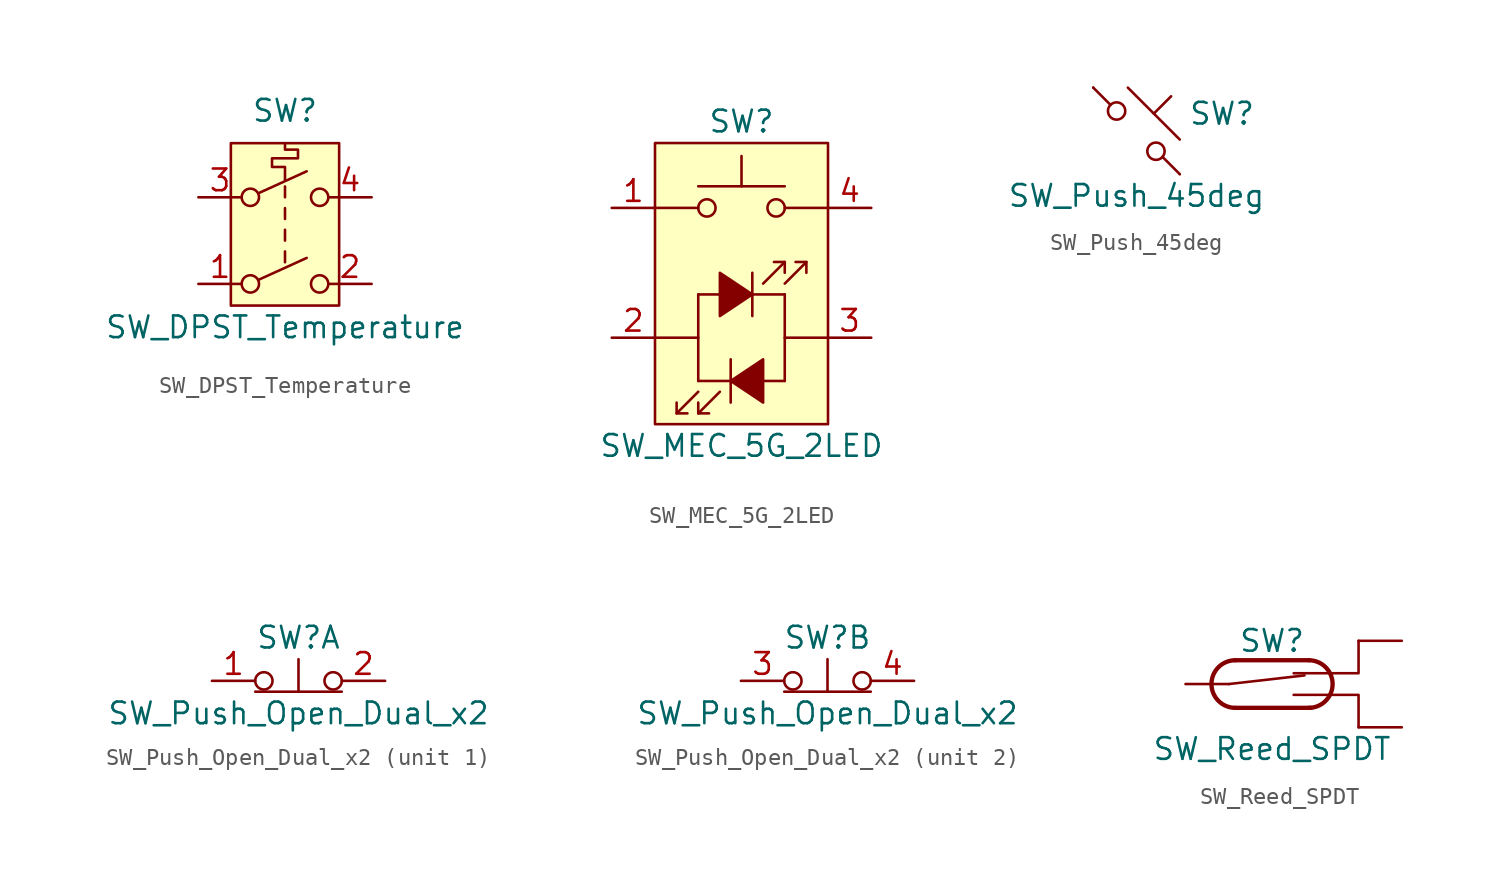
<source format=kicad_sym>
(kicad_symbol_lib
  (version 20231120)
  (generator "kicad_symbol_editor")
  (generator_version "8.0")
  (symbol "SW_DPST_Temperature"
    (pin_names
      (offset 0) hide)
    (property "Reference" "SW"
      (at 0 7.62 0)
      (effects (font (size 1.27 1.27))))
    (property "Value" "SW_DPST_Temperature"
      (at 0 -5.08 0)
      (effects (font (size 1.27 1.27))))
    (symbol "SW_DPST_Temperature_0_0"
      (circle (center -2.032 -2.54) (radius 0.508) (stroke (width 0) (type default)) (fill (type none)))
      (circle (center -2.032 2.54) (radius 0.508) (stroke (width 0) (type default)) (fill (type none)))
      (polyline (pts (xy -1.524 -2.286) (xy 1.27 -1.016)) (stroke (width 0) (type default)) (fill (type none)))
      (polyline (pts (xy -1.524 2.794) (xy 1.27 4.064)) (stroke (width 0) (type default)) (fill (type none)))
      (polyline (pts (xy 0 -1.27) (xy 0 -0.635)) (stroke (width 0) (type default)) (fill (type none)))
      (polyline (pts (xy 0 0) (xy 0 0.635)) (stroke (width 0) (type default)) (fill (type none)))
      (polyline (pts (xy 0 1.27) (xy 0 1.905)) (stroke (width 0) (type default)) (fill (type none)))
      (polyline (pts (xy 0 2.54) (xy 0 3.175)) (stroke (width 0) (type default)) (fill (type none)))
      (polyline (pts (xy 0 3.556) (xy 0 4.318) (xy -0.762 4.318) (xy -0.762 4.826) (xy 0.762 4.826) (xy 0.762 5.334) (xy 0 5.334) (xy 0 5.715)) (stroke (width 0) (type default)) (fill (type none)))
      (circle (center 2.032 -2.54) (radius 0.508) (stroke (width 0) (type default)) (fill (type none)))
      (circle (center 2.032 2.54) (radius 0.508) (stroke (width 0) (type default)) (fill (type none))))
    (symbol "SW_DPST_Temperature_1_1"
      (rectangle (start -3.175 5.715) (end 3.175 -3.81) (stroke (width 0) (type default)) (fill (type background)))
      (pin passive line (at -5.08 -2.54 0) (length 2.54) (name "1" (effects (font (size 1.27 1.27)))) (number "1" (effects (font (size 1.27 1.27)))))
      (pin passive line (at 5.08 -2.54 180) (length 2.54) (name "2" (effects (font (size 1.27 1.27)))) (number "2" (effects (font (size 1.27 1.27)))))
      (pin passive line (at -5.08 2.54 0) (length 2.54) (name "3" (effects (font (size 1.27 1.27)))) (number "3" (effects (font (size 1.27 1.27)))))
      (pin passive line (at 5.08 2.54 180) (length 2.54) (name "4" (effects (font (size 1.27 1.27)))) (number "4" (effects (font (size 1.27 1.27)))))))
  (symbol "SW_MEC_5G_2LED"
    (pin_names
      (offset 1.016) hide)
    (property "Reference" "SW"
      (at 0 10.16 0)
      (effects (font (size 1.27 1.27))))
    (property "Value" "SW_MEC_5G_2LED"
      (at 0 -8.89 0)
      (effects (font (size 1.27 1.27))))
    (symbol "SW_MEC_5G_2LED_0_0"
      (polyline (pts (xy -5.08 -2.54) (xy -2.54 -2.54)) (stroke (width 0) (type default)) (fill (type none)))
      (polyline (pts (xy -5.08 5.08) (xy -2.54 5.08)) (stroke (width 0) (type default)) (fill (type none)))
      (polyline (pts (xy -3.81 -6.985) (xy -2.54 -5.715)) (stroke (width 0) (type default)) (fill (type none)))
      (polyline (pts (xy -2.54 -6.985) (xy -1.27 -5.715)) (stroke (width 0) (type default)) (fill (type none)))
      (polyline (pts (xy -2.54 -5.08) (xy 2.54 -5.08)) (stroke (width 0) (type default)) (fill (type none)))
      (polyline (pts (xy -2.54 0) (xy -2.54 -5.08)) (stroke (width 0) (type default)) (fill (type none)))
      (polyline (pts (xy -0.635 -3.81) (xy -0.635 -6.35)) (stroke (width 0) (type default)) (fill (type none)))
      (polyline (pts (xy 0.635 1.27) (xy 0.635 -1.27)) (stroke (width 0) (type default)) (fill (type none)))
      (polyline (pts (xy 2.54 0) (xy -2.54 0)) (stroke (width 0) (type default)) (fill (type none)))
      (polyline (pts (xy 2.54 0) (xy 2.54 -5.08)) (stroke (width 0) (type default)) (fill (type none)))
      (polyline (pts (xy 2.54 1.905) (xy 1.27 0.635)) (stroke (width 0) (type default)) (fill (type none)))
      (polyline (pts (xy 2.54 5.08) (xy 5.08 5.08)) (stroke (width 0) (type default)) (fill (type none)))
      (polyline (pts (xy 3.81 1.905) (xy 2.54 0.635)) (stroke (width 0) (type default)) (fill (type none)))
      (polyline (pts (xy 5.08 -2.54) (xy 2.54 -2.54)) (stroke (width 0) (type default)) (fill (type none)))
      (polyline (pts (xy -3.81 -6.35) (xy -3.81 -6.985) (xy -3.175 -6.985)) (stroke (width 0) (type default)) (fill (type none)))
      (polyline (pts (xy -2.54 -6.35) (xy -2.54 -6.985) (xy -1.905 -6.985)) (stroke (width 0) (type default)) (fill (type none)))
      (polyline (pts (xy 2.54 1.27) (xy 2.54 1.905) (xy 1.905 1.905)) (stroke (width 0) (type default)) (fill (type none)))
      (polyline (pts (xy 3.81 1.27) (xy 3.81 1.905) (xy 3.175 1.905)) (stroke (width 0) (type default)) (fill (type none)))
      (polyline (pts (xy -0.635 -5.08) (xy 1.27 -3.81) (xy 1.27 -6.35) (xy -0.635 -5.08)) (stroke (width 0) (type default)) (fill (type outline)))
      (polyline (pts (xy 0.635 0) (xy -1.27 1.27) (xy -1.27 -1.27) (xy 0.635 0)) (stroke (width 0) (type default)) (fill (type outline))))
    (symbol "SW_MEC_5G_2LED_0_1"
      (circle (center -2.032 5.08) (radius 0.508) (stroke (width 0) (type default)) (fill (type none)))
      (polyline (pts (xy 0 6.35) (xy 0 8.128)) (stroke (width 0) (type default)) (fill (type none)))
      (polyline (pts (xy 2.54 6.35) (xy -2.54 6.35)) (stroke (width 0) (type default)) (fill (type none)))
      (circle (center 2.032 5.08) (radius 0.508) (stroke (width 0) (type default)) (fill (type none)))
      (pin passive line (at -7.62 5.08 0) (length 2.54) (name "1" (effects (font (size 1.27 1.27)))) (number "1" (effects (font (size 1.27 1.27)))))
      (pin passive line (at -7.62 -2.54 0) (length 2.54) (name "2" (effects (font (size 1.27 1.27)))) (number "2" (effects (font (size 1.27 1.27)))))
      (pin passive line (at 7.62 -2.54 180) (length 2.54) (name "K" (effects (font (size 1.27 1.27)))) (number "3" (effects (font (size 1.27 1.27)))))
      (pin passive line (at 7.62 5.08 180) (length 2.54) (name "A" (effects (font (size 1.27 1.27)))) (number "4" (effects (font (size 1.27 1.27))))))
    (symbol "SW_MEC_5G_2LED_1_1"
      (rectangle (start -5.08 8.89) (end 5.08 -7.62) (stroke (width 0) (type default)) (fill (type background)))))
  (symbol "SW_Push_45deg"
    (pin_numbers hide)
    (pin_names
      (offset 1.016) hide)
    (property "Reference" "SW"
      (at 3.048 1.016 0)
      (effects (font (size 1.27 1.27)) (justify left)))
    (property "Value" "SW_Push_45deg"
      (at 0 -3.81 0)
      (effects (font (size 1.27 1.27))))
    (symbol "SW_Push_45deg_0_1"
      (circle (center -1.168 1.168) (radius 0.508) (stroke (width 0) (type default)) (fill (type none)))
      (polyline (pts (xy -0.508 2.54) (xy 2.54 -0.508)) (stroke (width 0) (type default)) (fill (type none)))
      (polyline (pts (xy 1.016 1.016) (xy 2.032 2.032)) (stroke (width 0) (type default)) (fill (type none)))
      (polyline (pts (xy -2.54 2.54) (xy -1.524 1.524) (xy -1.524 1.524)) (stroke (width 0) (type default)) (fill (type none)))
      (polyline (pts (xy 1.524 -1.524) (xy 2.54 -2.54) (xy 2.54 -2.54) (xy 2.54 -2.54)) (stroke (width 0) (type default)) (fill (type none)))
      (circle (center 1.143 -1.194) (radius 0.508) (stroke (width 0) (type default)) (fill (type none)))
      (pin passive line (at -2.54 2.54 0) (length 0) (name "1" (effects (font (size 1.27 1.27)))) (number "1" (effects (font (size 1.27 1.27)))))
      (pin passive line (at 2.54 -2.54 180) (length 0) (name "2" (effects (font (size 1.27 1.27)))) (number "2" (effects (font (size 1.27 1.27)))))))
  (symbol "SW_Push_Open_Dual_x2"
    (pin_names
      (offset 1.016) hide)
    (property "Reference" "SW"
      (at 0 2.54 0)
      (effects (font (size 1.27 1.27))))
    (property "Value" "SW_Push_Open_Dual_x2"
      (at 0 -1.905 0)
      (effects (font (size 1.27 1.27))))
    (symbol "SW_Push_Open_Dual_x2_0_1"
      (circle (center -2.032 0) (radius 0.508) (stroke (width 0) (type default)) (fill (type none)))
      (polyline (pts (xy -2.54 -0.635) (xy 2.54 -0.635)) (stroke (width 0) (type default)) (fill (type none)))
      (polyline (pts (xy 0 -0.635) (xy 0 1.27)) (stroke (width 0) (type default)) (fill (type none)))
      (circle (center 2.032 0) (radius 0.508) (stroke (width 0) (type default)) (fill (type none))))
    (symbol "SW_Push_Open_Dual_x2_1_1"
      (pin passive line (at -5.08 0 0) (length 2.54) (name "1" (effects (font (size 1.27 1.27)))) (number "1" (effects (font (size 1.27 1.27)))))
      (pin passive line (at 5.08 0 180) (length 2.54) (name "2" (effects (font (size 1.27 1.27)))) (number "2" (effects (font (size 1.27 1.27))))))
    (symbol "SW_Push_Open_Dual_x2_2_1"
      (pin passive line (at -5.08 0 0) (length 2.54) (name "1" (effects (font (size 1.27 1.27)))) (number "3" (effects (font (size 1.27 1.27)))))
      (pin passive line (at 5.08 0 180) (length 2.54) (name "2" (effects (font (size 1.27 1.27)))) (number "4" (effects (font (size 1.27 1.27)))))))
  (symbol "SW_Reed_SPDT"
    (pin_numbers hide)
    (pin_names
      (offset 0) hide)
    (property "Reference" "SW"
      (at 0 2.54 0)
      (effects (font (size 1.27 1.27))))
    (property "Value" "SW_Reed_SPDT"
      (at 0 -3.81 0)
      (effects (font (size 1.27 1.27))))
    (symbol "SW_Reed_SPDT_0_0"
      (arc (start -2.159 1.397) (mid -3.55 0) (end -2.159 -1.397) (stroke (width 0.254) (type default)) (fill (type none)))
      (polyline (pts (xy -2.54 0) (xy 1.905 0.508)) (stroke (width 0) (type default)) (fill (type none)))
      (polyline (pts (xy -2.159 -1.397) (xy 2.286 -1.397)) (stroke (width 0.254) (type default)) (fill (type none)))
      (polyline (pts (xy 2.159 1.397) (xy -2.159 1.397)) (stroke (width 0.254) (type default)) (fill (type none)))
      (arc (start 2.159 -1.397) (mid 3.55 0) (end 2.159 1.397) (stroke (width 0.254) (type default)) (fill (type none))))
    (symbol "SW_Reed_SPDT_0_1"
      (polyline (pts (xy 1.27 -0.635) (xy 5.08 -0.635) (xy 5.08 -2.54)) (stroke (width 0) (type default)) (fill (type none)))
      (polyline (pts (xy 1.27 0.635) (xy 5.08 0.635) (xy 5.08 2.54)) (stroke (width 0) (type default)) (fill (type none))))
    (symbol "SW_Reed_SPDT_1_1"
      (pin passive line (at 7.62 2.54 180) (length 2.54) (name "1" (effects (font (size 1.27 1.27)))) (number "1" (effects (font (size 1.27 1.27)))))
      (pin passive line (at -5.08 0 0) (length 2.54) (name "2" (effects (font (size 1.27 1.27)))) (number "2" (effects (font (size 1.27 1.27)))))
      (pin passive line (at 7.62 -2.54 180) (length 2.54) (name "3" (effects (font (size 1.27 1.27)))) (number "3" (effects (font (size 1.27 1.27))))))))
</source>
